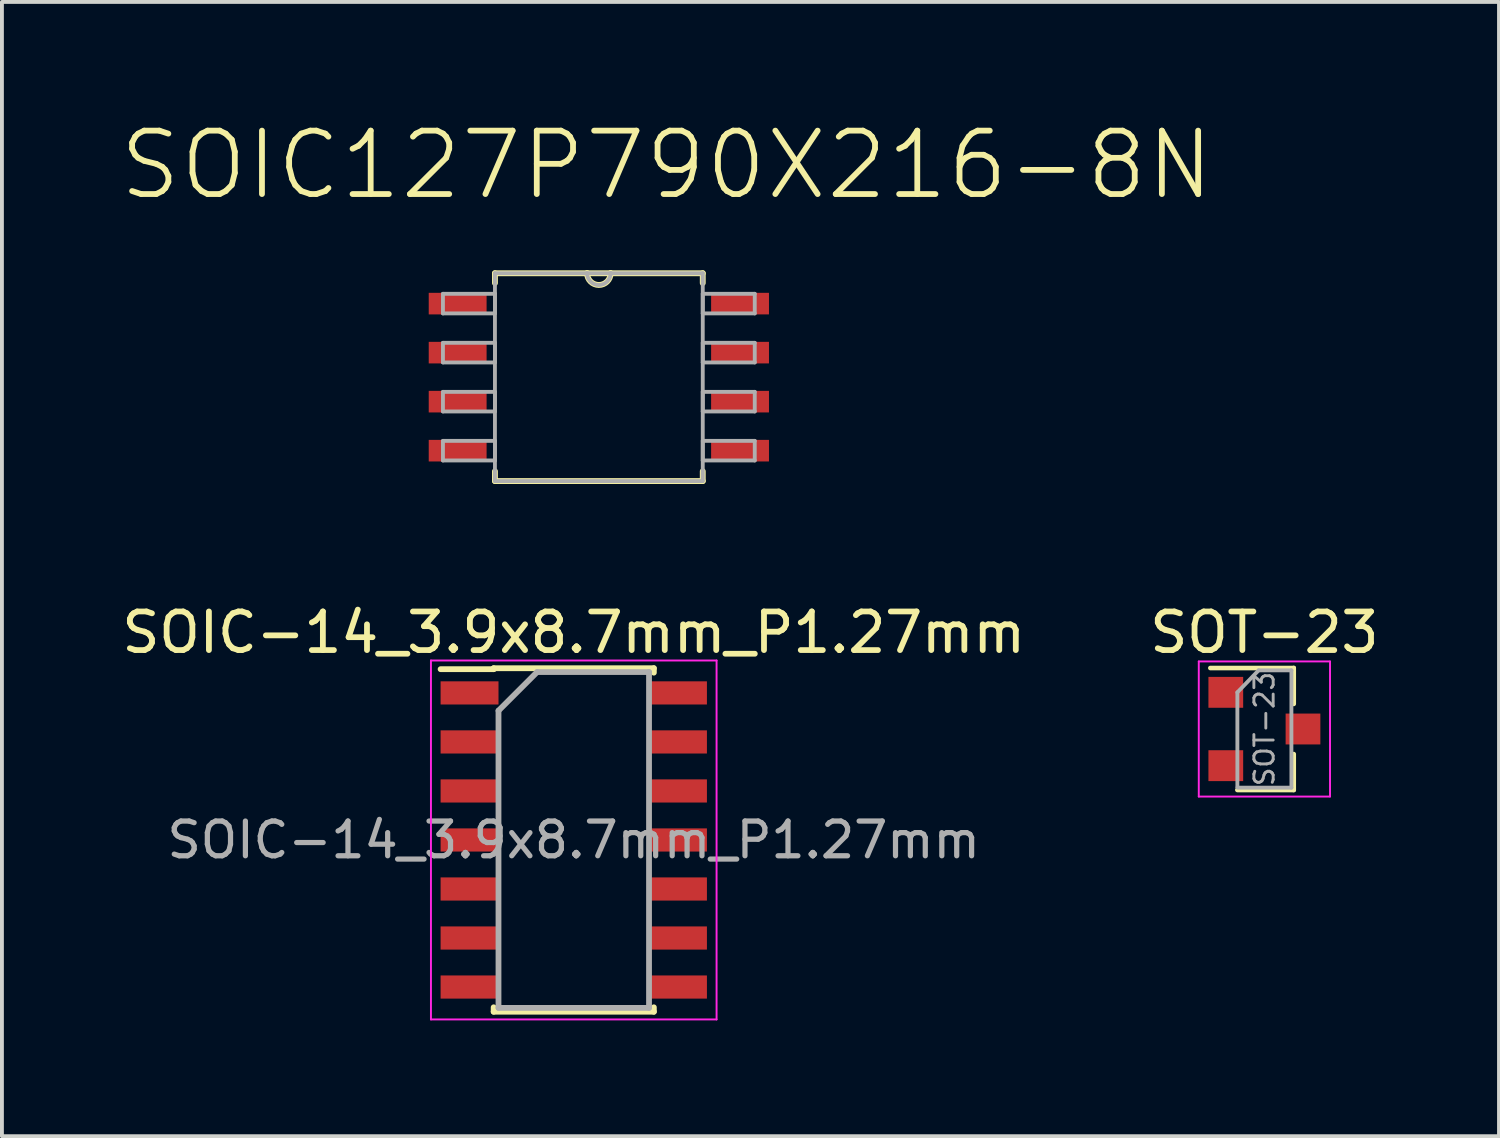
<source format=kicad_pcb>
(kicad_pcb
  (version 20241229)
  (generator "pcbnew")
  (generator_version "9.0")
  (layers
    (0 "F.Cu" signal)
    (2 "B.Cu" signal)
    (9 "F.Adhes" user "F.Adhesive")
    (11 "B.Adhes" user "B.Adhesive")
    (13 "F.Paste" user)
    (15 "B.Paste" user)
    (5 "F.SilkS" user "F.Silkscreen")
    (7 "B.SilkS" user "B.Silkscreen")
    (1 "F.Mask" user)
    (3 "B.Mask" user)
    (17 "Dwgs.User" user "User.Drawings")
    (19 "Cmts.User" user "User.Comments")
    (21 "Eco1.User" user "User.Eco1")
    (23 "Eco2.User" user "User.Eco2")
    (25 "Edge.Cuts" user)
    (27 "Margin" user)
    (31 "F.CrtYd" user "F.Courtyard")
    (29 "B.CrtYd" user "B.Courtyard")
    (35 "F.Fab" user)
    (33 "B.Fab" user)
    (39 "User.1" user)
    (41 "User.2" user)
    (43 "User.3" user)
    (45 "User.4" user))
  (footprint "SOT-23"
    (layer "F.Cu")
    (at 29.708 15.837)
    (property "Reference" "SOT-23" (at 0 -2.5 0) (layer "F.SilkS") (effects (font (size 1 1) (thickness 0.15))))
    (attr smd)
    (fp_line (start 0.76 -1.58) (end -1.4 -1.58) (stroke (width 0.12) (type solid)) (layer "F.SilkS"))
    (fp_line (start 0.76 -1.58) (end 0.76 -0.65) (stroke (width 0.12) (type solid)) (layer "F.SilkS"))
    (fp_line (start 0.76 1.58) (end -0.7 1.58) (stroke (width 0.12) (type solid)) (layer "F.SilkS"))
    (fp_line (start 0.76 1.58) (end 0.76 0.65) (stroke (width 0.12) (type solid)) (layer "F.SilkS"))
    (fp_line (start -1.7 -1.75) (end 1.7 -1.75) (stroke (width 0.05) (type solid)) (layer "F.CrtYd"))
    (fp_line (start -1.7 1.75) (end -1.7 -1.75) (stroke (width 0.05) (type solid)) (layer "F.CrtYd"))
    (fp_line (start 1.7 -1.75) (end 1.7 1.75) (stroke (width 0.05) (type solid)) (layer "F.CrtYd"))
    (fp_line (start 1.7 1.75) (end -1.7 1.75) (stroke (width 0.05) (type solid)) (layer "F.CrtYd"))
    (fp_line (start -0.7 -0.95) (end -0.7 1.5) (stroke (width 0.1) (type solid)) (layer "F.Fab"))
    (fp_line (start -0.7 -0.95) (end -0.15 -1.52) (stroke (width 0.1) (type solid)) (layer "F.Fab"))
    (fp_line (start -0.7 1.52) (end 0.7 1.52) (stroke (width 0.1) (type solid)) (layer "F.Fab"))
    (fp_line (start -0.15 -1.52) (end 0.7 -1.52) (stroke (width 0.1) (type solid)) (layer "F.Fab"))
    (fp_line (start 0.7 -1.52) (end 0.7 1.52) (stroke (width 0.1) (type solid)) (layer "F.Fab"))
    (fp_text user "${REFERENCE}" (at 0 0 90) (layer "F.Fab") (effects (font (size 0.5 0.5) (thickness 0.075))))
    (pad "1" smd rect (at -1 -0.95) (size 0.9 0.8) (layers "F.Cu" "F.Mask" "F.Paste"))
    (pad "2" smd rect (at -1 0.95) (size 0.9 0.8) (layers "F.Cu" "F.Mask" "F.Paste"))
    (pad "3" smd rect (at 1 0) (size 0.9 0.8) (layers "F.Cu" "F.Mask" "F.Paste")))
  (footprint "SOIC127P790X216-8N"
    (layer "F.Cu")
    (at 12.465 6.721)
    (property "Reference" "SOIC127P790X216-8N" (at 1.756 -5.496 0) (layer "F.SilkS") (effects (font (size 1.643 1.643) (thickness 0.15))))
    (attr through_hole)
    (fp_line (start -2.692 -2.692) (end -2.692 -2.438) (stroke (width 0.152) (type solid)) (layer "F.SilkS"))
    (fp_line (start -2.692 2.438) (end -2.692 2.692) (stroke (width 0.152) (type solid)) (layer "F.SilkS"))
    (fp_line (start -2.692 2.692) (end 2.692 2.692) (stroke (width 0.152) (type solid)) (layer "F.SilkS"))
    (fp_line (start -0.305 -2.692) (end -2.692 -2.692) (stroke (width 0.152) (type solid)) (layer "F.SilkS"))
    (fp_line (start 0.305 -2.692) (end -0.305 -2.692) (stroke (width 0.152) (type solid)) (layer "F.SilkS"))
    (fp_line (start 2.692 -2.692) (end 0.305 -2.692) (stroke (width 0.152) (type solid)) (layer "F.SilkS"))
    (fp_line (start 2.692 -2.438) (end 2.692 -2.692) (stroke (width 0.152) (type solid)) (layer "F.SilkS"))
    (fp_line (start 2.692 2.692) (end 2.692 2.438) (stroke (width 0.152) (type solid)) (layer "F.SilkS"))
    (fp_arc (start 0.3048 -2.6924) (mid 0 -2.3876) (end -0.3048 -2.6924) (stroke (width 0.1524) (type solid)) (layer "F.SilkS"))
    (fp_line (start -4.039 -2.159) (end -4.039 -1.651) (stroke (width 0.1) (type solid)) (layer "F.Fab"))
    (fp_line (start -4.039 -1.651) (end -2.692 -1.651) (stroke (width 0.1) (type solid)) (layer "F.Fab"))
    (fp_line (start -4.039 -0.889) (end -4.039 -0.381) (stroke (width 0.1) (type solid)) (layer "F.Fab"))
    (fp_line (start -4.039 -0.381) (end -2.692 -0.381) (stroke (width 0.1) (type solid)) (layer "F.Fab"))
    (fp_line (start -4.039 0.381) (end -4.039 0.889) (stroke (width 0.1) (type solid)) (layer "F.Fab"))
    (fp_line (start -4.039 0.889) (end -2.692 0.889) (stroke (width 0.1) (type solid)) (layer "F.Fab"))
    (fp_line (start -4.039 1.651) (end -4.039 2.159) (stroke (width 0.1) (type solid)) (layer "F.Fab"))
    (fp_line (start -4.039 2.159) (end -2.692 2.159) (stroke (width 0.1) (type solid)) (layer "F.Fab"))
    (fp_line (start -2.692 -2.692) (end -2.692 2.692) (stroke (width 0.1) (type solid)) (layer "F.Fab"))
    (fp_line (start -2.692 -2.159) (end -4.039 -2.159) (stroke (width 0.1) (type solid)) (layer "F.Fab"))
    (fp_line (start -2.692 -1.651) (end -2.692 -2.159) (stroke (width 0.1) (type solid)) (layer "F.Fab"))
    (fp_line (start -2.692 -0.889) (end -4.039 -0.889) (stroke (width 0.1) (type solid)) (layer "F.Fab"))
    (fp_line (start -2.692 -0.381) (end -2.692 -0.889) (stroke (width 0.1) (type solid)) (layer "F.Fab"))
    (fp_line (start -2.692 0.381) (end -4.039 0.381) (stroke (width 0.1) (type solid)) (layer "F.Fab"))
    (fp_line (start -2.692 0.889) (end -2.692 0.381) (stroke (width 0.1) (type solid)) (layer "F.Fab"))
    (fp_line (start -2.692 1.651) (end -4.039 1.651) (stroke (width 0.1) (type solid)) (layer "F.Fab"))
    (fp_line (start -2.692 2.159) (end -2.692 1.651) (stroke (width 0.1) (type solid)) (layer "F.Fab"))
    (fp_line (start -2.692 2.692) (end 2.692 2.692) (stroke (width 0.1) (type solid)) (layer "F.Fab"))
    (fp_line (start -0.305 -2.692) (end -2.692 -2.692) (stroke (width 0.1) (type solid)) (layer "F.Fab"))
    (fp_line (start 0.305 -2.692) (end -0.305 -2.692) (stroke (width 0.1) (type solid)) (layer "F.Fab"))
    (fp_line (start 2.692 -2.692) (end 0.305 -2.692) (stroke (width 0.1) (type solid)) (layer "F.Fab"))
    (fp_line (start 2.692 -2.159) (end 2.692 -1.651) (stroke (width 0.1) (type solid)) (layer "F.Fab"))
    (fp_line (start 2.692 -1.651) (end 4.039 -1.651) (stroke (width 0.1) (type solid)) (layer "F.Fab"))
    (fp_line (start 2.692 -0.889) (end 2.692 -0.381) (stroke (width 0.1) (type solid)) (layer "F.Fab"))
    (fp_line (start 2.692 -0.381) (end 4.039 -0.381) (stroke (width 0.1) (type solid)) (layer "F.Fab"))
    (fp_line (start 2.692 0.381) (end 2.692 0.889) (stroke (width 0.1) (type solid)) (layer "F.Fab"))
    (fp_line (start 2.692 0.889) (end 4.039 0.889) (stroke (width 0.1) (type solid)) (layer "F.Fab"))
    (fp_line (start 2.692 1.651) (end 2.692 2.159) (stroke (width 0.1) (type solid)) (layer "F.Fab"))
    (fp_line (start 2.692 2.159) (end 4.039 2.159) (stroke (width 0.1) (type solid)) (layer "F.Fab"))
    (fp_line (start 2.692 2.692) (end 2.692 -2.692) (stroke (width 0.1) (type solid)) (layer "F.Fab"))
    (fp_line (start 4.039 -2.159) (end 2.692 -2.159) (stroke (width 0.1) (type solid)) (layer "F.Fab"))
    (fp_line (start 4.039 -1.651) (end 4.039 -2.159) (stroke (width 0.1) (type solid)) (layer "F.Fab"))
    (fp_line (start 4.039 -0.889) (end 2.692 -0.889) (stroke (width 0.1) (type solid)) (layer "F.Fab"))
    (fp_line (start 4.039 -0.381) (end 4.039 -0.889) (stroke (width 0.1) (type solid)) (layer "F.Fab"))
    (fp_line (start 4.039 0.381) (end 2.692 0.381) (stroke (width 0.1) (type solid)) (layer "F.Fab"))
    (fp_line (start 4.039 0.889) (end 4.039 0.381) (stroke (width 0.1) (type solid)) (layer "F.Fab"))
    (fp_line (start 4.039 1.651) (end 2.692 1.651) (stroke (width 0.1) (type solid)) (layer "F.Fab"))
    (fp_line (start 4.039 2.159) (end 4.039 1.651) (stroke (width 0.1) (type solid)) (layer "F.Fab"))
    (fp_arc (start 0.3048 -2.6924) (mid 0 -2.3876) (end -0.3048 -2.6924) (stroke (width 0.1) (type solid)) (layer "F.Fab"))
    (pad "1" smd rect (at -3.658 -1.905) (size 1.499 0.559) (layers "F.Cu" "F.Mask" "F.Paste"))
    (pad "2" smd rect (at -3.658 -0.635) (size 1.499 0.559) (layers "F.Cu" "F.Mask" "F.Paste"))
    (pad "3" smd rect (at -3.658 0.635) (size 1.499 0.559) (layers "F.Cu" "F.Mask" "F.Paste"))
    (pad "4" smd rect (at -3.658 1.905) (size 1.499 0.559) (layers "F.Cu" "F.Mask" "F.Paste"))
    (pad "5" smd rect (at 3.658 1.905) (size 1.499 0.559) (layers "F.Cu" "F.Mask" "F.Paste"))
    (pad "6" smd rect (at 3.658 0.635) (size 1.499 0.559) (layers "F.Cu" "F.Mask" "F.Paste"))
    (pad "7" smd rect (at 3.658 -0.635) (size 1.499 0.559) (layers "F.Cu" "F.Mask" "F.Paste"))
    (pad "8" smd rect (at 3.658 -1.905) (size 1.499 0.559) (layers "F.Cu" "F.Mask" "F.Paste")))
  (footprint "SOIC-14_3.9x8.7mm_P1.27mm"
    (layer "F.Cu")
    (at 11.815 18.712)
    (property "Reference" "SOIC-14_3.9x8.7mm_P1.27mm" (at 0 -5.375 0) (layer "F.SilkS") (effects (font (size 1 1) (thickness 0.15))))
    (attr smd)
    (fp_line (start -2.075 -4.45) (end -2.075 -4.425) (stroke (width 0.15) (type solid)) (layer "F.SilkS"))
    (fp_line (start -2.075 -4.45) (end 2.075 -4.45) (stroke (width 0.15) (type solid)) (layer "F.SilkS"))
    (fp_line (start -2.075 -4.425) (end -3.45 -4.425) (stroke (width 0.15) (type solid)) (layer "F.SilkS"))
    (fp_line (start -2.075 4.45) (end -2.075 4.335) (stroke (width 0.15) (type solid)) (layer "F.SilkS"))
    (fp_line (start -2.075 4.45) (end 2.075 4.45) (stroke (width 0.15) (type solid)) (layer "F.SilkS"))
    (fp_line (start 2.075 -4.45) (end 2.075 -4.335) (stroke (width 0.15) (type solid)) (layer "F.SilkS"))
    (fp_line (start 2.075 4.45) (end 2.075 4.335) (stroke (width 0.15) (type solid)) (layer "F.SilkS"))
    (fp_line (start -3.7 -4.65) (end -3.7 4.65) (stroke (width 0.05) (type solid)) (layer "F.CrtYd"))
    (fp_line (start -3.7 -4.65) (end 3.7 -4.65) (stroke (width 0.05) (type solid)) (layer "F.CrtYd"))
    (fp_line (start -3.7 4.65) (end 3.7 4.65) (stroke (width 0.05) (type solid)) (layer "F.CrtYd"))
    (fp_line (start 3.7 -4.65) (end 3.7 4.65) (stroke (width 0.05) (type solid)) (layer "F.CrtYd"))
    (fp_line (start -1.95 -3.35) (end -0.95 -4.35) (stroke (width 0.15) (type solid)) (layer "F.Fab"))
    (fp_line (start -1.95 4.35) (end -1.95 -3.35) (stroke (width 0.15) (type solid)) (layer "F.Fab"))
    (fp_line (start -0.95 -4.35) (end 1.95 -4.35) (stroke (width 0.15) (type solid)) (layer "F.Fab"))
    (fp_line (start 1.95 -4.35) (end 1.95 4.35) (stroke (width 0.15) (type solid)) (layer "F.Fab"))
    (fp_line (start 1.95 4.35) (end -1.95 4.35) (stroke (width 0.15) (type solid)) (layer "F.Fab"))
    (fp_text user "${REFERENCE}" (at 0 0 0) (layer "F.Fab") (effects (font (size 0.9 0.9) (thickness 0.135))))
    (pad "1" smd rect (at -2.7 -3.81) (size 1.5 0.6) (layers "F.Cu" "F.Mask" "F.Paste"))
    (pad "2" smd rect (at -2.7 -2.54) (size 1.5 0.6) (layers "F.Cu" "F.Mask" "F.Paste"))
    (pad "3" smd rect (at -2.7 -1.27) (size 1.5 0.6) (layers "F.Cu" "F.Mask" "F.Paste"))
    (pad "4" smd rect (at -2.7 0) (size 1.5 0.6) (layers "F.Cu" "F.Mask" "F.Paste"))
    (pad "5" smd rect (at -2.7 1.27) (size 1.5 0.6) (layers "F.Cu" "F.Mask" "F.Paste"))
    (pad "6" smd rect (at -2.7 2.54) (size 1.5 0.6) (layers "F.Cu" "F.Mask" "F.Paste"))
    (pad "7" smd rect (at -2.7 3.81) (size 1.5 0.6) (layers "F.Cu" "F.Mask" "F.Paste"))
    (pad "8" smd rect (at 2.7 3.81) (size 1.5 0.6) (layers "F.Cu" "F.Mask" "F.Paste"))
    (pad "9" smd rect (at 2.7 2.54) (size 1.5 0.6) (layers "F.Cu" "F.Mask" "F.Paste"))
    (pad "10" smd rect (at 2.7 1.27) (size 1.5 0.6) (layers "F.Cu" "F.Mask" "F.Paste"))
    (pad "11" smd rect (at 2.7 0) (size 1.5 0.6) (layers "F.Cu" "F.Mask" "F.Paste"))
    (pad "12" smd rect (at 2.7 -1.27) (size 1.5 0.6) (layers "F.Cu" "F.Mask" "F.Paste"))
    (pad "13" smd rect (at 2.7 -2.54) (size 1.5 0.6) (layers "F.Cu" "F.Mask" "F.Paste"))
    (pad "14" smd rect (at 2.7 -3.81) (size 1.5 0.6) (layers "F.Cu" "F.Mask" "F.Paste")))
  (gr_rect
    (start -3 -3)
    (end 35.786 26.387)
    (stroke (width 0.1) (type default))
    (fill no)
    (layer "Edge.Cuts")))
</source>
